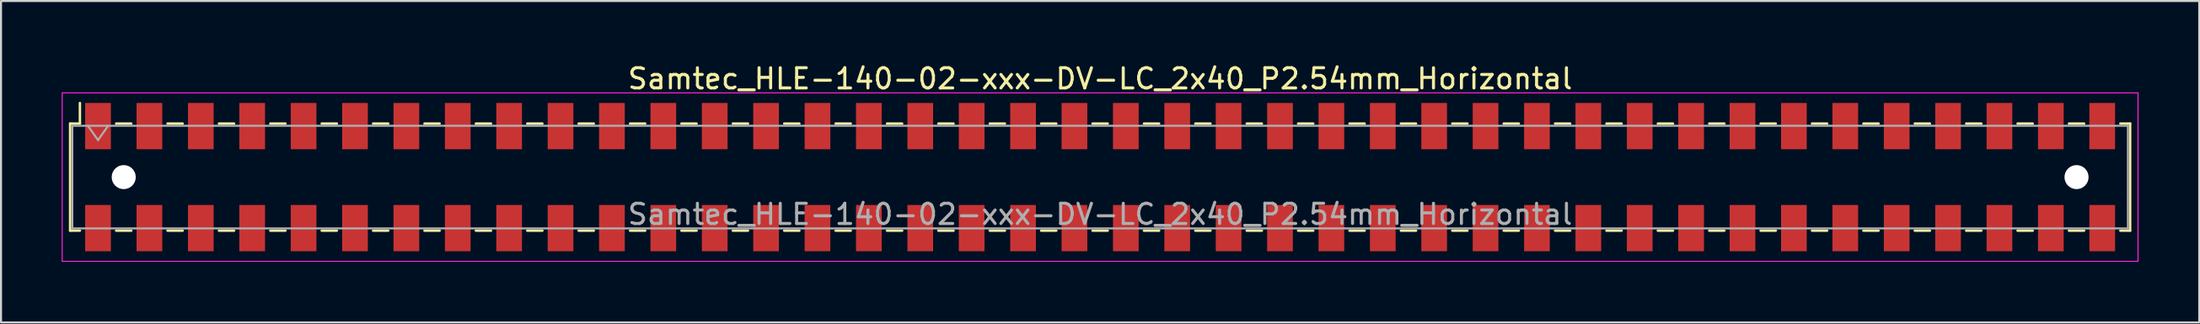
<source format=kicad_pcb>
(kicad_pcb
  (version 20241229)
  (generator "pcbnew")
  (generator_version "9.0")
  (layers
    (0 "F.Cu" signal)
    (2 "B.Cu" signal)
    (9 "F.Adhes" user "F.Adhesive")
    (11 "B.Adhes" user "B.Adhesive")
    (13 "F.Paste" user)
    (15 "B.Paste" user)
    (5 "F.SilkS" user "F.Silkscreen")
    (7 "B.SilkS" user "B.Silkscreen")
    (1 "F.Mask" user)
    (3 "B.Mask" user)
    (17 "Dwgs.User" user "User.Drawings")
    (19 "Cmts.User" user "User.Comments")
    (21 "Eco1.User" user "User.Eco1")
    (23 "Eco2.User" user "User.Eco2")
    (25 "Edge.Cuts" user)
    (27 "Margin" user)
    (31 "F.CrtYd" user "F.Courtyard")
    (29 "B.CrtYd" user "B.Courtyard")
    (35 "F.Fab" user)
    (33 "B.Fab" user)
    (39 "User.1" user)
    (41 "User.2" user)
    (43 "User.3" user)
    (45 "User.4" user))
  (footprint "Samtec_HLE-140-02-xxx-DV-LC_2x40_P2.54mm_Horizontal"
    (layer "F.Cu")
    (at 51.325 5.718)
    (property "Reference" "Samtec_HLE-140-02-xxx-DV-LC_2x40_P2.54mm_Horizontal" (at 0 -4.87 0) (layer "F.SilkS") (effects (font (size 1 1) (thickness 0.15))))
    (attr smd)
    (fp_line (start -50.91 -2.65) (end -50.91 2.65) (stroke (width 0.12) (type solid)) (layer "F.SilkS"))
    (fp_line (start -50.91 2.65) (end -50.425 2.65) (stroke (width 0.12) (type solid)) (layer "F.SilkS"))
    (fp_line (start -50.425 -3.67) (end -50.425 -2.65) (stroke (width 0.12) (type solid)) (layer "F.SilkS"))
    (fp_line (start -50.425 -2.65) (end -50.91 -2.65) (stroke (width 0.12) (type solid)) (layer "F.SilkS"))
    (fp_line (start -48.635 -2.65) (end -47.885 -2.65) (stroke (width 0.12) (type solid)) (layer "F.SilkS"))
    (fp_line (start -48.635 2.65) (end -47.885 2.65) (stroke (width 0.12) (type solid)) (layer "F.SilkS"))
    (fp_line (start -46.095 -2.65) (end -45.345 -2.65) (stroke (width 0.12) (type solid)) (layer "F.SilkS"))
    (fp_line (start -46.095 2.65) (end -45.345 2.65) (stroke (width 0.12) (type solid)) (layer "F.SilkS"))
    (fp_line (start -43.555 -2.65) (end -42.805 -2.65) (stroke (width 0.12) (type solid)) (layer "F.SilkS"))
    (fp_line (start -43.555 2.65) (end -42.805 2.65) (stroke (width 0.12) (type solid)) (layer "F.SilkS"))
    (fp_line (start -41.015 -2.65) (end -40.265 -2.65) (stroke (width 0.12) (type solid)) (layer "F.SilkS"))
    (fp_line (start -41.015 2.65) (end -40.265 2.65) (stroke (width 0.12) (type solid)) (layer "F.SilkS"))
    (fp_line (start -38.475 -2.65) (end -37.725 -2.65) (stroke (width 0.12) (type solid)) (layer "F.SilkS"))
    (fp_line (start -38.475 2.65) (end -37.725 2.65) (stroke (width 0.12) (type solid)) (layer "F.SilkS"))
    (fp_line (start -35.935 -2.65) (end -35.185 -2.65) (stroke (width 0.12) (type solid)) (layer "F.SilkS"))
    (fp_line (start -35.935 2.65) (end -35.185 2.65) (stroke (width 0.12) (type solid)) (layer "F.SilkS"))
    (fp_line (start -33.395 -2.65) (end -32.645 -2.65) (stroke (width 0.12) (type solid)) (layer "F.SilkS"))
    (fp_line (start -33.395 2.65) (end -32.645 2.65) (stroke (width 0.12) (type solid)) (layer "F.SilkS"))
    (fp_line (start -30.855 -2.65) (end -30.105 -2.65) (stroke (width 0.12) (type solid)) (layer "F.SilkS"))
    (fp_line (start -30.855 2.65) (end -30.105 2.65) (stroke (width 0.12) (type solid)) (layer "F.SilkS"))
    (fp_line (start -28.315 -2.65) (end -27.565 -2.65) (stroke (width 0.12) (type solid)) (layer "F.SilkS"))
    (fp_line (start -28.315 2.65) (end -27.565 2.65) (stroke (width 0.12) (type solid)) (layer "F.SilkS"))
    (fp_line (start -25.775 -2.65) (end -25.025 -2.65) (stroke (width 0.12) (type solid)) (layer "F.SilkS"))
    (fp_line (start -25.775 2.65) (end -25.025 2.65) (stroke (width 0.12) (type solid)) (layer "F.SilkS"))
    (fp_line (start -23.235 -2.65) (end -22.485 -2.65) (stroke (width 0.12) (type solid)) (layer "F.SilkS"))
    (fp_line (start -23.235 2.65) (end -22.485 2.65) (stroke (width 0.12) (type solid)) (layer "F.SilkS"))
    (fp_line (start -20.695 -2.65) (end -19.945 -2.65) (stroke (width 0.12) (type solid)) (layer "F.SilkS"))
    (fp_line (start -20.695 2.65) (end -19.945 2.65) (stroke (width 0.12) (type solid)) (layer "F.SilkS"))
    (fp_line (start -18.155 -2.65) (end -17.405 -2.65) (stroke (width 0.12) (type solid)) (layer "F.SilkS"))
    (fp_line (start -18.155 2.65) (end -17.405 2.65) (stroke (width 0.12) (type solid)) (layer "F.SilkS"))
    (fp_line (start -15.615 -2.65) (end -14.865 -2.65) (stroke (width 0.12) (type solid)) (layer "F.SilkS"))
    (fp_line (start -15.615 2.65) (end -14.865 2.65) (stroke (width 0.12) (type solid)) (layer "F.SilkS"))
    (fp_line (start -13.075 -2.65) (end -12.325 -2.65) (stroke (width 0.12) (type solid)) (layer "F.SilkS"))
    (fp_line (start -13.075 2.65) (end -12.325 2.65) (stroke (width 0.12) (type solid)) (layer "F.SilkS"))
    (fp_line (start -10.535 -2.65) (end -9.785 -2.65) (stroke (width 0.12) (type solid)) (layer "F.SilkS"))
    (fp_line (start -10.535 2.65) (end -9.785 2.65) (stroke (width 0.12) (type solid)) (layer "F.SilkS"))
    (fp_line (start -7.995 -2.65) (end -7.245 -2.65) (stroke (width 0.12) (type solid)) (layer "F.SilkS"))
    (fp_line (start -7.995 2.65) (end -7.245 2.65) (stroke (width 0.12) (type solid)) (layer "F.SilkS"))
    (fp_line (start -5.455 -2.65) (end -4.705 -2.65) (stroke (width 0.12) (type solid)) (layer "F.SilkS"))
    (fp_line (start -5.455 2.65) (end -4.705 2.65) (stroke (width 0.12) (type solid)) (layer "F.SilkS"))
    (fp_line (start -2.915 -2.65) (end -2.165 -2.65) (stroke (width 0.12) (type solid)) (layer "F.SilkS"))
    (fp_line (start -2.915 2.65) (end -2.165 2.65) (stroke (width 0.12) (type solid)) (layer "F.SilkS"))
    (fp_line (start -0.375 -2.65) (end 0.375 -2.65) (stroke (width 0.12) (type solid)) (layer "F.SilkS"))
    (fp_line (start -0.375 2.65) (end 0.375 2.65) (stroke (width 0.12) (type solid)) (layer "F.SilkS"))
    (fp_line (start 2.165 -2.65) (end 2.915 -2.65) (stroke (width 0.12) (type solid)) (layer "F.SilkS"))
    (fp_line (start 2.165 2.65) (end 2.915 2.65) (stroke (width 0.12) (type solid)) (layer "F.SilkS"))
    (fp_line (start 4.705 -2.65) (end 5.455 -2.65) (stroke (width 0.12) (type solid)) (layer "F.SilkS"))
    (fp_line (start 4.705 2.65) (end 5.455 2.65) (stroke (width 0.12) (type solid)) (layer "F.SilkS"))
    (fp_line (start 7.245 -2.65) (end 7.995 -2.65) (stroke (width 0.12) (type solid)) (layer "F.SilkS"))
    (fp_line (start 7.245 2.65) (end 7.995 2.65) (stroke (width 0.12) (type solid)) (layer "F.SilkS"))
    (fp_line (start 9.785 -2.65) (end 10.535 -2.65) (stroke (width 0.12) (type solid)) (layer "F.SilkS"))
    (fp_line (start 9.785 2.65) (end 10.535 2.65) (stroke (width 0.12) (type solid)) (layer "F.SilkS"))
    (fp_line (start 12.325 -2.65) (end 13.075 -2.65) (stroke (width 0.12) (type solid)) (layer "F.SilkS"))
    (fp_line (start 12.325 2.65) (end 13.075 2.65) (stroke (width 0.12) (type solid)) (layer "F.SilkS"))
    (fp_line (start 14.865 -2.65) (end 15.615 -2.65) (stroke (width 0.12) (type solid)) (layer "F.SilkS"))
    (fp_line (start 14.865 2.65) (end 15.615 2.65) (stroke (width 0.12) (type solid)) (layer "F.SilkS"))
    (fp_line (start 17.405 -2.65) (end 18.155 -2.65) (stroke (width 0.12) (type solid)) (layer "F.SilkS"))
    (fp_line (start 17.405 2.65) (end 18.155 2.65) (stroke (width 0.12) (type solid)) (layer "F.SilkS"))
    (fp_line (start 19.945 -2.65) (end 20.695 -2.65) (stroke (width 0.12) (type solid)) (layer "F.SilkS"))
    (fp_line (start 19.945 2.65) (end 20.695 2.65) (stroke (width 0.12) (type solid)) (layer "F.SilkS"))
    (fp_line (start 22.485 -2.65) (end 23.235 -2.65) (stroke (width 0.12) (type solid)) (layer "F.SilkS"))
    (fp_line (start 22.485 2.65) (end 23.235 2.65) (stroke (width 0.12) (type solid)) (layer "F.SilkS"))
    (fp_line (start 25.025 -2.65) (end 25.775 -2.65) (stroke (width 0.12) (type solid)) (layer "F.SilkS"))
    (fp_line (start 25.025 2.65) (end 25.775 2.65) (stroke (width 0.12) (type solid)) (layer "F.SilkS"))
    (fp_line (start 27.565 -2.65) (end 28.315 -2.65) (stroke (width 0.12) (type solid)) (layer "F.SilkS"))
    (fp_line (start 27.565 2.65) (end 28.315 2.65) (stroke (width 0.12) (type solid)) (layer "F.SilkS"))
    (fp_line (start 30.105 -2.65) (end 30.855 -2.65) (stroke (width 0.12) (type solid)) (layer "F.SilkS"))
    (fp_line (start 30.105 2.65) (end 30.855 2.65) (stroke (width 0.12) (type solid)) (layer "F.SilkS"))
    (fp_line (start 32.645 -2.65) (end 33.395 -2.65) (stroke (width 0.12) (type solid)) (layer "F.SilkS"))
    (fp_line (start 32.645 2.65) (end 33.395 2.65) (stroke (width 0.12) (type solid)) (layer "F.SilkS"))
    (fp_line (start 35.185 -2.65) (end 35.935 -2.65) (stroke (width 0.12) (type solid)) (layer "F.SilkS"))
    (fp_line (start 35.185 2.65) (end 35.935 2.65) (stroke (width 0.12) (type solid)) (layer "F.SilkS"))
    (fp_line (start 37.725 -2.65) (end 38.475 -2.65) (stroke (width 0.12) (type solid)) (layer "F.SilkS"))
    (fp_line (start 37.725 2.65) (end 38.475 2.65) (stroke (width 0.12) (type solid)) (layer "F.SilkS"))
    (fp_line (start 40.265 -2.65) (end 41.015 -2.65) (stroke (width 0.12) (type solid)) (layer "F.SilkS"))
    (fp_line (start 40.265 2.65) (end 41.015 2.65) (stroke (width 0.12) (type solid)) (layer "F.SilkS"))
    (fp_line (start 42.805 -2.65) (end 43.555 -2.65) (stroke (width 0.12) (type solid)) (layer "F.SilkS"))
    (fp_line (start 42.805 2.65) (end 43.555 2.65) (stroke (width 0.12) (type solid)) (layer "F.SilkS"))
    (fp_line (start 45.345 -2.65) (end 46.095 -2.65) (stroke (width 0.12) (type solid)) (layer "F.SilkS"))
    (fp_line (start 45.345 2.65) (end 46.095 2.65) (stroke (width 0.12) (type solid)) (layer "F.SilkS"))
    (fp_line (start 47.885 -2.65) (end 48.635 -2.65) (stroke (width 0.12) (type solid)) (layer "F.SilkS"))
    (fp_line (start 47.885 2.65) (end 48.635 2.65) (stroke (width 0.12) (type solid)) (layer "F.SilkS"))
    (fp_line (start 50.425 -2.65) (end 50.91 -2.65) (stroke (width 0.12) (type solid)) (layer "F.SilkS"))
    (fp_line (start 50.91 -2.65) (end 50.91 2.65) (stroke (width 0.12) (type solid)) (layer "F.SilkS"))
    (fp_line (start 50.91 2.65) (end 50.425 2.65) (stroke (width 0.12) (type solid)) (layer "F.SilkS"))
    (fp_line (start -51.3 -4.17) (end 51.3 -4.17) (stroke (width 0.05) (type solid)) (layer "F.CrtYd"))
    (fp_line (start -51.3 4.17) (end -51.3 -4.17) (stroke (width 0.05) (type solid)) (layer "F.CrtYd"))
    (fp_line (start 51.3 -4.17) (end 51.3 4.17) (stroke (width 0.05) (type solid)) (layer "F.CrtYd"))
    (fp_line (start 51.3 4.17) (end -51.3 4.17) (stroke (width 0.05) (type solid)) (layer "F.CrtYd"))
    (fp_line (start -50.8 -2.54) (end 50.8 -2.54) (stroke (width 0.1) (type solid)) (layer "F.Fab"))
    (fp_line (start -50.8 2.54) (end -50.8 -2.54) (stroke (width 0.1) (type solid)) (layer "F.Fab"))
    (fp_line (start -50.03 -2.54) (end -49.53 -1.833) (stroke (width 0.1) (type solid)) (layer "F.Fab"))
    (fp_line (start -49.53 -1.833) (end -49.03 -2.54) (stroke (width 0.1) (type solid)) (layer "F.Fab"))
    (fp_line (start 50.8 -2.54) (end 50.8 2.54) (stroke (width 0.1) (type solid)) (layer "F.Fab"))
    (fp_line (start 50.8 2.54) (end -50.8 2.54) (stroke (width 0.1) (type solid)) (layer "F.Fab"))
    (fp_text user "${REFERENCE}" (at 0 1.84 0) (layer "F.Fab") (effects (font (size 1 1) (thickness 0.15))))
    (pad "" np_thru_hole circle (at -48.26 0) (size 1.19 1.19) (drill 1.19) (layers "*.Cu" "*.Mask"))
    (pad "" np_thru_hole circle (at 48.26 0) (size 1.19 1.19) (drill 1.19) (layers "*.Cu" "*.Mask"))
    (pad "1" smd rect (at -49.53 -2.525) (size 1.27 2.29) (layers "F.Cu" "F.Mask" "F.Paste"))
    (pad "2" smd rect (at -49.53 2.525) (size 1.27 2.29) (layers "F.Cu" "F.Mask" "F.Paste"))
    (pad "3" smd rect (at -46.99 -2.525) (size 1.27 2.29) (layers "F.Cu" "F.Mask" "F.Paste"))
    (pad "4" smd rect (at -46.99 2.525) (size 1.27 2.29) (layers "F.Cu" "F.Mask" "F.Paste"))
    (pad "5" smd rect (at -44.45 -2.525) (size 1.27 2.29) (layers "F.Cu" "F.Mask" "F.Paste"))
    (pad "6" smd rect (at -44.45 2.525) (size 1.27 2.29) (layers "F.Cu" "F.Mask" "F.Paste"))
    (pad "7" smd rect (at -41.91 -2.525) (size 1.27 2.29) (layers "F.Cu" "F.Mask" "F.Paste"))
    (pad "8" smd rect (at -41.91 2.525) (size 1.27 2.29) (layers "F.Cu" "F.Mask" "F.Paste"))
    (pad "9" smd rect (at -39.37 -2.525) (size 1.27 2.29) (layers "F.Cu" "F.Mask" "F.Paste"))
    (pad "10" smd rect (at -39.37 2.525) (size 1.27 2.29) (layers "F.Cu" "F.Mask" "F.Paste"))
    (pad "11" smd rect (at -36.83 -2.525) (size 1.27 2.29) (layers "F.Cu" "F.Mask" "F.Paste"))
    (pad "12" smd rect (at -36.83 2.525) (size 1.27 2.29) (layers "F.Cu" "F.Mask" "F.Paste"))
    (pad "13" smd rect (at -34.29 -2.525) (size 1.27 2.29) (layers "F.Cu" "F.Mask" "F.Paste"))
    (pad "14" smd rect (at -34.29 2.525) (size 1.27 2.29) (layers "F.Cu" "F.Mask" "F.Paste"))
    (pad "15" smd rect (at -31.75 -2.525) (size 1.27 2.29) (layers "F.Cu" "F.Mask" "F.Paste"))
    (pad "16" smd rect (at -31.75 2.525) (size 1.27 2.29) (layers "F.Cu" "F.Mask" "F.Paste"))
    (pad "17" smd rect (at -29.21 -2.525) (size 1.27 2.29) (layers "F.Cu" "F.Mask" "F.Paste"))
    (pad "18" smd rect (at -29.21 2.525) (size 1.27 2.29) (layers "F.Cu" "F.Mask" "F.Paste"))
    (pad "19" smd rect (at -26.67 -2.525) (size 1.27 2.29) (layers "F.Cu" "F.Mask" "F.Paste"))
    (pad "20" smd rect (at -26.67 2.525) (size 1.27 2.29) (layers "F.Cu" "F.Mask" "F.Paste"))
    (pad "21" smd rect (at -24.13 -2.525) (size 1.27 2.29) (layers "F.Cu" "F.Mask" "F.Paste"))
    (pad "22" smd rect (at -24.13 2.525) (size 1.27 2.29) (layers "F.Cu" "F.Mask" "F.Paste"))
    (pad "23" smd rect (at -21.59 -2.525) (size 1.27 2.29) (layers "F.Cu" "F.Mask" "F.Paste"))
    (pad "24" smd rect (at -21.59 2.525) (size 1.27 2.29) (layers "F.Cu" "F.Mask" "F.Paste"))
    (pad "25" smd rect (at -19.05 -2.525) (size 1.27 2.29) (layers "F.Cu" "F.Mask" "F.Paste"))
    (pad "26" smd rect (at -19.05 2.525) (size 1.27 2.29) (layers "F.Cu" "F.Mask" "F.Paste"))
    (pad "27" smd rect (at -16.51 -2.525) (size 1.27 2.29) (layers "F.Cu" "F.Mask" "F.Paste"))
    (pad "28" smd rect (at -16.51 2.525) (size 1.27 2.29) (layers "F.Cu" "F.Mask" "F.Paste"))
    (pad "29" smd rect (at -13.97 -2.525) (size 1.27 2.29) (layers "F.Cu" "F.Mask" "F.Paste"))
    (pad "30" smd rect (at -13.97 2.525) (size 1.27 2.29) (layers "F.Cu" "F.Mask" "F.Paste"))
    (pad "31" smd rect (at -11.43 -2.525) (size 1.27 2.29) (layers "F.Cu" "F.Mask" "F.Paste"))
    (pad "32" smd rect (at -11.43 2.525) (size 1.27 2.29) (layers "F.Cu" "F.Mask" "F.Paste"))
    (pad "33" smd rect (at -8.89 -2.525) (size 1.27 2.29) (layers "F.Cu" "F.Mask" "F.Paste"))
    (pad "34" smd rect (at -8.89 2.525) (size 1.27 2.29) (layers "F.Cu" "F.Mask" "F.Paste"))
    (pad "35" smd rect (at -6.35 -2.525) (size 1.27 2.29) (layers "F.Cu" "F.Mask" "F.Paste"))
    (pad "36" smd rect (at -6.35 2.525) (size 1.27 2.29) (layers "F.Cu" "F.Mask" "F.Paste"))
    (pad "37" smd rect (at -3.81 -2.525) (size 1.27 2.29) (layers "F.Cu" "F.Mask" "F.Paste"))
    (pad "38" smd rect (at -3.81 2.525) (size 1.27 2.29) (layers "F.Cu" "F.Mask" "F.Paste"))
    (pad "39" smd rect (at -1.27 -2.525) (size 1.27 2.29) (layers "F.Cu" "F.Mask" "F.Paste"))
    (pad "40" smd rect (at -1.27 2.525) (size 1.27 2.29) (layers "F.Cu" "F.Mask" "F.Paste"))
    (pad "41" smd rect (at 1.27 -2.525) (size 1.27 2.29) (layers "F.Cu" "F.Mask" "F.Paste"))
    (pad "42" smd rect (at 1.27 2.525) (size 1.27 2.29) (layers "F.Cu" "F.Mask" "F.Paste"))
    (pad "43" smd rect (at 3.81 -2.525) (size 1.27 2.29) (layers "F.Cu" "F.Mask" "F.Paste"))
    (pad "44" smd rect (at 3.81 2.525) (size 1.27 2.29) (layers "F.Cu" "F.Mask" "F.Paste"))
    (pad "45" smd rect (at 6.35 -2.525) (size 1.27 2.29) (layers "F.Cu" "F.Mask" "F.Paste"))
    (pad "46" smd rect (at 6.35 2.525) (size 1.27 2.29) (layers "F.Cu" "F.Mask" "F.Paste"))
    (pad "47" smd rect (at 8.89 -2.525) (size 1.27 2.29) (layers "F.Cu" "F.Mask" "F.Paste"))
    (pad "48" smd rect (at 8.89 2.525) (size 1.27 2.29) (layers "F.Cu" "F.Mask" "F.Paste"))
    (pad "49" smd rect (at 11.43 -2.525) (size 1.27 2.29) (layers "F.Cu" "F.Mask" "F.Paste"))
    (pad "50" smd rect (at 11.43 2.525) (size 1.27 2.29) (layers "F.Cu" "F.Mask" "F.Paste"))
    (pad "51" smd rect (at 13.97 -2.525) (size 1.27 2.29) (layers "F.Cu" "F.Mask" "F.Paste"))
    (pad "52" smd rect (at 13.97 2.525) (size 1.27 2.29) (layers "F.Cu" "F.Mask" "F.Paste"))
    (pad "53" smd rect (at 16.51 -2.525) (size 1.27 2.29) (layers "F.Cu" "F.Mask" "F.Paste"))
    (pad "54" smd rect (at 16.51 2.525) (size 1.27 2.29) (layers "F.Cu" "F.Mask" "F.Paste"))
    (pad "55" smd rect (at 19.05 -2.525) (size 1.27 2.29) (layers "F.Cu" "F.Mask" "F.Paste"))
    (pad "56" smd rect (at 19.05 2.525) (size 1.27 2.29) (layers "F.Cu" "F.Mask" "F.Paste"))
    (pad "57" smd rect (at 21.59 -2.525) (size 1.27 2.29) (layers "F.Cu" "F.Mask" "F.Paste"))
    (pad "58" smd rect (at 21.59 2.525) (size 1.27 2.29) (layers "F.Cu" "F.Mask" "F.Paste"))
    (pad "59" smd rect (at 24.13 -2.525) (size 1.27 2.29) (layers "F.Cu" "F.Mask" "F.Paste"))
    (pad "60" smd rect (at 24.13 2.525) (size 1.27 2.29) (layers "F.Cu" "F.Mask" "F.Paste"))
    (pad "61" smd rect (at 26.67 -2.525) (size 1.27 2.29) (layers "F.Cu" "F.Mask" "F.Paste"))
    (pad "62" smd rect (at 26.67 2.525) (size 1.27 2.29) (layers "F.Cu" "F.Mask" "F.Paste"))
    (pad "63" smd rect (at 29.21 -2.525) (size 1.27 2.29) (layers "F.Cu" "F.Mask" "F.Paste"))
    (pad "64" smd rect (at 29.21 2.525) (size 1.27 2.29) (layers "F.Cu" "F.Mask" "F.Paste"))
    (pad "65" smd rect (at 31.75 -2.525) (size 1.27 2.29) (layers "F.Cu" "F.Mask" "F.Paste"))
    (pad "66" smd rect (at 31.75 2.525) (size 1.27 2.29) (layers "F.Cu" "F.Mask" "F.Paste"))
    (pad "67" smd rect (at 34.29 -2.525) (size 1.27 2.29) (layers "F.Cu" "F.Mask" "F.Paste"))
    (pad "68" smd rect (at 34.29 2.525) (size 1.27 2.29) (layers "F.Cu" "F.Mask" "F.Paste"))
    (pad "69" smd rect (at 36.83 -2.525) (size 1.27 2.29) (layers "F.Cu" "F.Mask" "F.Paste"))
    (pad "70" smd rect (at 36.83 2.525) (size 1.27 2.29) (layers "F.Cu" "F.Mask" "F.Paste"))
    (pad "71" smd rect (at 39.37 -2.525) (size 1.27 2.29) (layers "F.Cu" "F.Mask" "F.Paste"))
    (pad "72" smd rect (at 39.37 2.525) (size 1.27 2.29) (layers "F.Cu" "F.Mask" "F.Paste"))
    (pad "73" smd rect (at 41.91 -2.525) (size 1.27 2.29) (layers "F.Cu" "F.Mask" "F.Paste"))
    (pad "74" smd rect (at 41.91 2.525) (size 1.27 2.29) (layers "F.Cu" "F.Mask" "F.Paste"))
    (pad "75" smd rect (at 44.45 -2.525) (size 1.27 2.29) (layers "F.Cu" "F.Mask" "F.Paste"))
    (pad "76" smd rect (at 44.45 2.525) (size 1.27 2.29) (layers "F.Cu" "F.Mask" "F.Paste"))
    (pad "77" smd rect (at 46.99 -2.525) (size 1.27 2.29) (layers "F.Cu" "F.Mask" "F.Paste"))
    (pad "78" smd rect (at 46.99 2.525) (size 1.27 2.29) (layers "F.Cu" "F.Mask" "F.Paste"))
    (pad "79" smd rect (at 49.53 -2.525) (size 1.27 2.29) (layers "F.Cu" "F.Mask" "F.Paste"))
    (pad "80" smd rect (at 49.53 2.525) (size 1.27 2.29) (layers "F.Cu" "F.Mask" "F.Paste")))
  (gr_rect
    (start -3 -3)
    (end 105.65 12.913)
    (stroke (width 0.1) (type default))
    (fill no)
    (layer "Edge.Cuts")))
</source>
